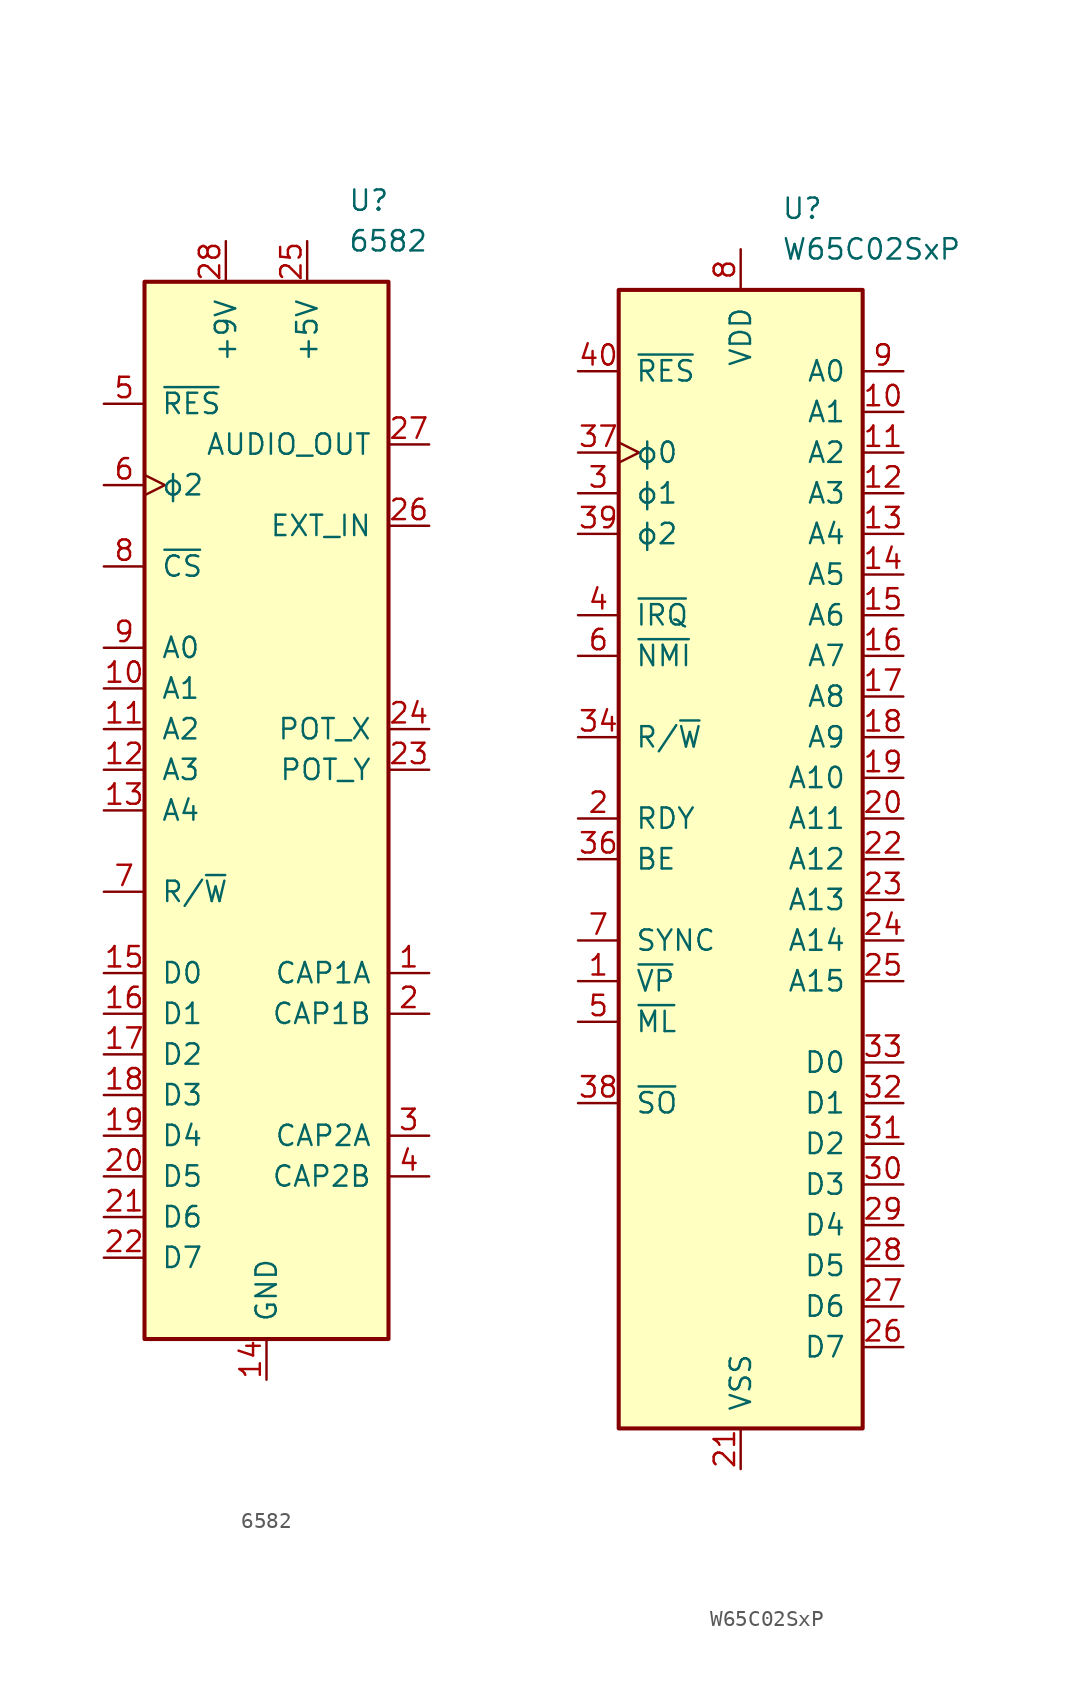
<source format=kicad_sym>
(kicad_symbol_lib
  (version 20211014)
  (generator kicad_symbol_editor)
  (symbol "6582"
    (pin_names
      (offset 1.016))
    (property "Reference" "U"
      (at 5.08 38.1 0)
      (effects (font (size 1.27 1.27)) (justify left)))
    (property "Value" "6582"
      (at 5.08 35.56 0)
      (effects (font (size 1.27 1.27)) (justify left)))
    (symbol "6582_0_1"
      (rectangle (start -7.62 33.02) (end 7.62 -33.02) (stroke (width 0.254) (type default) (color 0 0 0 0)) (fill (type background))))
    (symbol "6582_1_1"
      (pin passive line (at 10.16 -10.16 180) (length 2.54) (name "CAP1A" (effects (font (size 1.27 1.27)))) (number "1" (effects (font (size 1.27 1.27)))))
      (pin input line (at -10.16 7.62 0) (length 2.54) (name "A1" (effects (font (size 1.27 1.27)))) (number "10" (effects (font (size 1.27 1.27)))))
      (pin input line (at -10.16 5.08 0) (length 2.54) (name "A2" (effects (font (size 1.27 1.27)))) (number "11" (effects (font (size 1.27 1.27)))))
      (pin input line (at -10.16 2.54 0) (length 2.54) (name "A3" (effects (font (size 1.27 1.27)))) (number "12" (effects (font (size 1.27 1.27)))))
      (pin input line (at -10.16 0 0) (length 2.54) (name "A4" (effects (font (size 1.27 1.27)))) (number "13" (effects (font (size 1.27 1.27)))))
      (pin power_in line (at 0 -35.56 90) (length 2.54) (name "GND" (effects (font (size 1.27 1.27)))) (number "14" (effects (font (size 1.27 1.27)))))
      (pin bidirectional line (at -10.16 -10.16 0) (length 2.54) (name "D0" (effects (font (size 1.27 1.27)))) (number "15" (effects (font (size 1.27 1.27)))))
      (pin bidirectional line (at -10.16 -12.7 0) (length 2.54) (name "D1" (effects (font (size 1.27 1.27)))) (number "16" (effects (font (size 1.27 1.27)))))
      (pin bidirectional line (at -10.16 -15.24 0) (length 2.54) (name "D2" (effects (font (size 1.27 1.27)))) (number "17" (effects (font (size 1.27 1.27)))))
      (pin bidirectional line (at -10.16 -17.78 0) (length 2.54) (name "D3" (effects (font (size 1.27 1.27)))) (number "18" (effects (font (size 1.27 1.27)))))
      (pin bidirectional line (at -10.16 -20.32 0) (length 2.54) (name "D4" (effects (font (size 1.27 1.27)))) (number "19" (effects (font (size 1.27 1.27)))))
      (pin passive line (at 10.16 -12.7 180) (length 2.54) (name "CAP1B" (effects (font (size 1.27 1.27)))) (number "2" (effects (font (size 1.27 1.27)))))
      (pin bidirectional line (at -10.16 -22.86 0) (length 2.54) (name "D5" (effects (font (size 1.27 1.27)))) (number "20" (effects (font (size 1.27 1.27)))))
      (pin bidirectional line (at -10.16 -25.4 0) (length 2.54) (name "D6" (effects (font (size 1.27 1.27)))) (number "21" (effects (font (size 1.27 1.27)))))
      (pin bidirectional line (at -10.16 -27.94 0) (length 2.54) (name "D7" (effects (font (size 1.27 1.27)))) (number "22" (effects (font (size 1.27 1.27)))))
      (pin input line (at 10.16 2.54 180) (length 2.54) (name "POT_Y" (effects (font (size 1.27 1.27)))) (number "23" (effects (font (size 1.27 1.27)))))
      (pin input line (at 10.16 5.08 180) (length 2.54) (name "POT_X" (effects (font (size 1.27 1.27)))) (number "24" (effects (font (size 1.27 1.27)))))
      (pin power_in line (at 2.54 35.56 270) (length 2.54) (name "+5V" (effects (font (size 1.27 1.27)))) (number "25" (effects (font (size 1.27 1.27)))))
      (pin input line (at 10.16 17.78 180) (length 2.54) (name "EXT_IN" (effects (font (size 1.27 1.27)))) (number "26" (effects (font (size 1.27 1.27)))))
      (pin output line (at 10.16 22.86 180) (length 2.54) (name "AUDIO_OUT" (effects (font (size 1.27 1.27)))) (number "27" (effects (font (size 1.27 1.27)))))
      (pin power_in line (at -2.54 35.56 270) (length 2.54) (name "+9V" (effects (font (size 1.27 1.27)))) (number "28" (effects (font (size 1.27 1.27)))))
      (pin passive line (at 10.16 -20.32 180) (length 2.54) (name "CAP2A" (effects (font (size 1.27 1.27)))) (number "3" (effects (font (size 1.27 1.27)))))
      (pin passive line (at 10.16 -22.86 180) (length 2.54) (name "CAP2B" (effects (font (size 1.27 1.27)))) (number "4" (effects (font (size 1.27 1.27)))))
      (pin input line (at -10.16 25.4 0) (length 2.54) (name "~{RES}" (effects (font (size 1.27 1.27)))) (number "5" (effects (font (size 1.27 1.27)))))
      (pin input clock (at -10.16 20.32 0) (length 2.54) (name "ϕ2" (effects (font (size 1.27 1.27)))) (number "6" (effects (font (size 1.27 1.27)))))
      (pin input line (at -10.16 -5.08 0) (length 2.54) (name "R/~{W}" (effects (font (size 1.27 1.27)))) (number "7" (effects (font (size 1.27 1.27)))))
      (pin input line (at -10.16 15.24 0) (length 2.54) (name "~{CS}" (effects (font (size 1.27 1.27)))) (number "8" (effects (font (size 1.27 1.27)))))
      (pin input line (at -10.16 10.16 0) (length 2.54) (name "A0" (effects (font (size 1.27 1.27)))) (number "9" (effects (font (size 1.27 1.27)))))))
  (symbol "W65C02SxP"
    (pin_names
      (offset 1.016))
    (property "Reference" "U"
      (at 2.54 40.64 0)
      (effects (font (size 1.27 1.27)) (justify left)))
    (property "Value" "W65C02SxP"
      (at 2.54 38.1 0)
      (effects (font (size 1.27 1.27)) (justify left)))
    (symbol "W65C02SxP_0_1"
      (rectangle (start -7.62 35.56) (end 7.62 -35.56) (stroke (width 0.254) (type default) (color 0 0 0 0)) (fill (type background))))
    (symbol "W65C02SxP_1_1"
      (pin output line (at -10.16 -7.62 0) (length 2.54) (name "~{VP}" (effects (font (size 1.27 1.27)))) (number "1" (effects (font (size 1.27 1.27)))))
      (pin tri_state line (at 10.16 27.94 180) (length 2.54) (name "A1" (effects (font (size 1.27 1.27)))) (number "10" (effects (font (size 1.27 1.27)))))
      (pin tri_state line (at 10.16 25.4 180) (length 2.54) (name "A2" (effects (font (size 1.27 1.27)))) (number "11" (effects (font (size 1.27 1.27)))))
      (pin tri_state line (at 10.16 22.86 180) (length 2.54) (name "A3" (effects (font (size 1.27 1.27)))) (number "12" (effects (font (size 1.27 1.27)))))
      (pin tri_state line (at 10.16 20.32 180) (length 2.54) (name "A4" (effects (font (size 1.27 1.27)))) (number "13" (effects (font (size 1.27 1.27)))))
      (pin tri_state line (at 10.16 17.78 180) (length 2.54) (name "A5" (effects (font (size 1.27 1.27)))) (number "14" (effects (font (size 1.27 1.27)))))
      (pin tri_state line (at 10.16 15.24 180) (length 2.54) (name "A6" (effects (font (size 1.27 1.27)))) (number "15" (effects (font (size 1.27 1.27)))))
      (pin tri_state line (at 10.16 12.7 180) (length 2.54) (name "A7" (effects (font (size 1.27 1.27)))) (number "16" (effects (font (size 1.27 1.27)))))
      (pin tri_state line (at 10.16 10.16 180) (length 2.54) (name "A8" (effects (font (size 1.27 1.27)))) (number "17" (effects (font (size 1.27 1.27)))))
      (pin tri_state line (at 10.16 7.62 180) (length 2.54) (name "A9" (effects (font (size 1.27 1.27)))) (number "18" (effects (font (size 1.27 1.27)))))
      (pin tri_state line (at 10.16 5.08 180) (length 2.54) (name "A10" (effects (font (size 1.27 1.27)))) (number "19" (effects (font (size 1.27 1.27)))))
      (pin open_collector line (at -10.16 2.54 0) (length 2.54) (name "RDY" (effects (font (size 1.27 1.27)))) (number "2" (effects (font (size 1.27 1.27)))))
      (pin tri_state line (at 10.16 2.54 180) (length 2.54) (name "A11" (effects (font (size 1.27 1.27)))) (number "20" (effects (font (size 1.27 1.27)))))
      (pin power_in line (at 0 -38.1 90) (length 2.54) (name "VSS" (effects (font (size 1.27 1.27)))) (number "21" (effects (font (size 1.27 1.27)))))
      (pin tri_state line (at 10.16 0 180) (length 2.54) (name "A12" (effects (font (size 1.27 1.27)))) (number "22" (effects (font (size 1.27 1.27)))))
      (pin tri_state line (at 10.16 -2.54 180) (length 2.54) (name "A13" (effects (font (size 1.27 1.27)))) (number "23" (effects (font (size 1.27 1.27)))))
      (pin tri_state line (at 10.16 -5.08 180) (length 2.54) (name "A14" (effects (font (size 1.27 1.27)))) (number "24" (effects (font (size 1.27 1.27)))))
      (pin tri_state line (at 10.16 -7.62 180) (length 2.54) (name "A15" (effects (font (size 1.27 1.27)))) (number "25" (effects (font (size 1.27 1.27)))))
      (pin bidirectional line (at 10.16 -30.48 180) (length 2.54) (name "D7" (effects (font (size 1.27 1.27)))) (number "26" (effects (font (size 1.27 1.27)))))
      (pin bidirectional line (at 10.16 -27.94 180) (length 2.54) (name "D6" (effects (font (size 1.27 1.27)))) (number "27" (effects (font (size 1.27 1.27)))))
      (pin bidirectional line (at 10.16 -25.4 180) (length 2.54) (name "D5" (effects (font (size 1.27 1.27)))) (number "28" (effects (font (size 1.27 1.27)))))
      (pin bidirectional line (at 10.16 -22.86 180) (length 2.54) (name "D4" (effects (font (size 1.27 1.27)))) (number "29" (effects (font (size 1.27 1.27)))))
      (pin output line (at -10.16 22.86 0) (length 2.54) (name "ϕ1" (effects (font (size 1.27 1.27)))) (number "3" (effects (font (size 1.27 1.27)))))
      (pin bidirectional line (at 10.16 -20.32 180) (length 2.54) (name "D3" (effects (font (size 1.27 1.27)))) (number "30" (effects (font (size 1.27 1.27)))))
      (pin bidirectional line (at 10.16 -17.78 180) (length 2.54) (name "D2" (effects (font (size 1.27 1.27)))) (number "31" (effects (font (size 1.27 1.27)))))
      (pin bidirectional line (at 10.16 -15.24 180) (length 2.54) (name "D1" (effects (font (size 1.27 1.27)))) (number "32" (effects (font (size 1.27 1.27)))))
      (pin bidirectional line (at 10.16 -12.7 180) (length 2.54) (name "D0" (effects (font (size 1.27 1.27)))) (number "33" (effects (font (size 1.27 1.27)))))
      (pin tri_state line (at -10.16 7.62 0) (length 2.54) (name "R/~{W}" (effects (font (size 1.27 1.27)))) (number "34" (effects (font (size 1.27 1.27)))))
      (pin no_connect non_logic (at -7.62 -30.48 0) (length 2.54) hide (name "nc" (effects (font (size 1.27 1.27)))) (number "35" (effects (font (size 1.27 1.27)))))
      (pin input line (at -10.16 0 0) (length 2.54) (name "BE" (effects (font (size 1.27 1.27)))) (number "36" (effects (font (size 1.27 1.27)))))
      (pin input clock (at -10.16 25.4 0) (length 2.54) (name "ϕ0" (effects (font (size 1.27 1.27)))) (number "37" (effects (font (size 1.27 1.27)))))
      (pin input line (at -10.16 -15.24 0) (length 2.54) (name "~{SO}" (effects (font (size 1.27 1.27)))) (number "38" (effects (font (size 1.27 1.27)))))
      (pin output line (at -10.16 20.32 0) (length 2.54) (name "ϕ2" (effects (font (size 1.27 1.27)))) (number "39" (effects (font (size 1.27 1.27)))))
      (pin input line (at -10.16 15.24 0) (length 2.54) (name "~{IRQ}" (effects (font (size 1.27 1.27)))) (number "4" (effects (font (size 1.27 1.27)))))
      (pin input line (at -10.16 30.48 0) (length 2.54) (name "~{RES}" (effects (font (size 1.27 1.27)))) (number "40" (effects (font (size 1.27 1.27)))))
      (pin output line (at -10.16 -10.16 0) (length 2.54) (name "~{ML}" (effects (font (size 1.27 1.27)))) (number "5" (effects (font (size 1.27 1.27)))))
      (pin input line (at -10.16 12.7 0) (length 2.54) (name "~{NMI}" (effects (font (size 1.27 1.27)))) (number "6" (effects (font (size 1.27 1.27)))))
      (pin output line (at -10.16 -5.08 0) (length 2.54) (name "SYNC" (effects (font (size 1.27 1.27)))) (number "7" (effects (font (size 1.27 1.27)))))
      (pin power_in line (at 0 38.1 270) (length 2.54) (name "VDD" (effects (font (size 1.27 1.27)))) (number "8" (effects (font (size 1.27 1.27)))))
      (pin tri_state line (at 10.16 30.48 180) (length 2.54) (name "A0" (effects (font (size 1.27 1.27)))) (number "9" (effects (font (size 1.27 1.27))))))))
</source>
